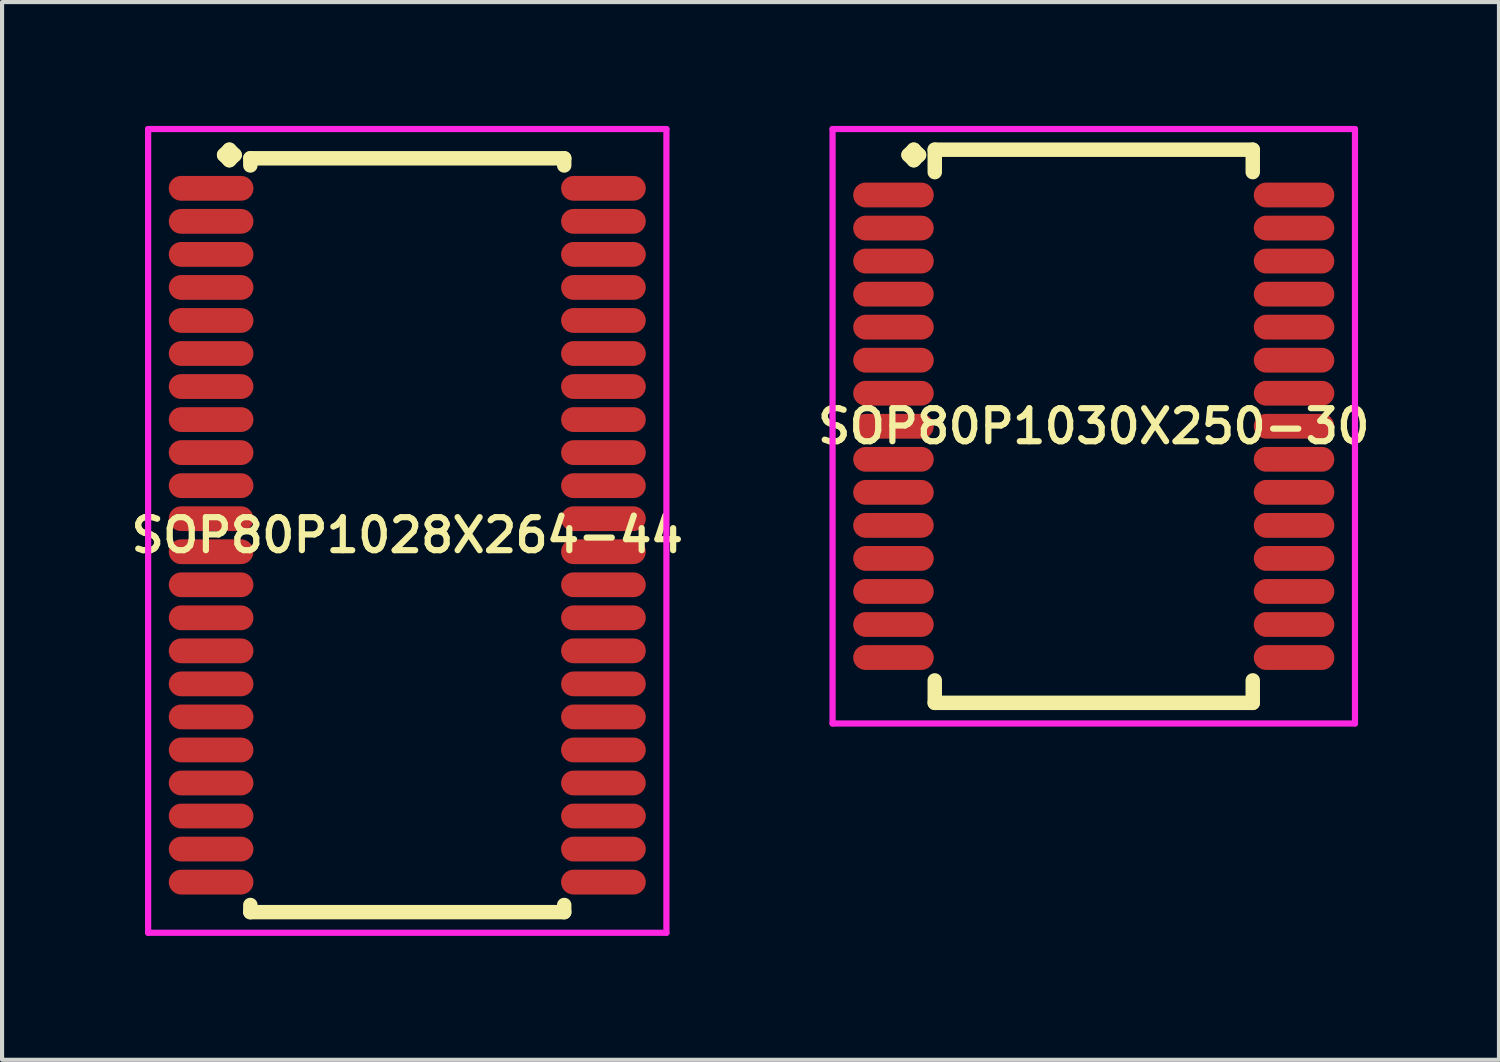
<source format=kicad_pcb>
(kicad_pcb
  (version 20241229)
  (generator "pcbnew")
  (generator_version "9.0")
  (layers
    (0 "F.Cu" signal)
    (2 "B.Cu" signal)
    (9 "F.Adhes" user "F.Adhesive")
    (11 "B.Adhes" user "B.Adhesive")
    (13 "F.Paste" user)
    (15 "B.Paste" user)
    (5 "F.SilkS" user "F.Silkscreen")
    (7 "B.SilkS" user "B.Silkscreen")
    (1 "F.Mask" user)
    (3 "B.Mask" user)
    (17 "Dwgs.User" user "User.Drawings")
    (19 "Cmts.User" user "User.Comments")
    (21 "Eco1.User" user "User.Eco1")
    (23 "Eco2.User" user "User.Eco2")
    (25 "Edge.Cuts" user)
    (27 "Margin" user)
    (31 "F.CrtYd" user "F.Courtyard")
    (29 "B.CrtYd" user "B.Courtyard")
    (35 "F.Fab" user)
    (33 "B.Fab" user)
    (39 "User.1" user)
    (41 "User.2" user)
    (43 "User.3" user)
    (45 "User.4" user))
  (footprint "SOP80P1028X264-44"
    (layer "F.Cu")
    (at 6.812 9.91)
    (property "Reference" "SOP80P1028X264-44" (at 0 0 0) (layer "F.SilkS") (effects (font (size 0.8 0.8) (thickness 0.15))))
    (attr smd)
    (fp_line (start -4.435 -9.208) (end -4.308 -9.335) (stroke (width 0.35) (type solid)) (layer "F.SilkS"))
    (fp_line (start -4.308 -9.335) (end -4.181 -9.208) (stroke (width 0.35) (type solid)) (layer "F.SilkS"))
    (fp_line (start -4.308 -9.081) (end -4.435 -9.208) (stroke (width 0.35) (type solid)) (layer "F.SilkS"))
    (fp_line (start -4.181 -9.208) (end -4.308 -9.081) (stroke (width 0.35) (type solid)) (layer "F.SilkS"))
    (fp_line (start -3.8 -9.127) (end 3.8 -9.127) (stroke (width 0.35) (type solid)) (layer "F.SilkS"))
    (fp_line (start -3.8 -8.954) (end -3.8 -9.127) (stroke (width 0.35) (type solid)) (layer "F.SilkS"))
    (fp_line (start -3.8 8.954) (end -3.8 9.127) (stroke (width 0.35) (type solid)) (layer "F.SilkS"))
    (fp_line (start -3.8 9.127) (end 3.8 9.127) (stroke (width 0.35) (type solid)) (layer "F.SilkS"))
    (fp_line (start 3.8 -9.127) (end 3.8 -8.954) (stroke (width 0.35) (type solid)) (layer "F.SilkS"))
    (fp_line (start 3.8 9.127) (end 3.8 8.954) (stroke (width 0.35) (type solid)) (layer "F.SilkS"))
    (fp_line (start -6.275 -9.835) (end 6.275 -9.835) (stroke (width 0.15) (type solid)) (layer "F.CrtYd"))
    (fp_line (start -6.275 9.627) (end -6.275 -9.835) (stroke (width 0.15) (type solid)) (layer "F.CrtYd"))
    (fp_line (start 6.275 -9.835) (end 6.275 9.627) (stroke (width 0.15) (type solid)) (layer "F.CrtYd"))
    (fp_line (start 6.275 9.627) (end -6.275 9.627) (stroke (width 0.15) (type solid)) (layer "F.CrtYd"))
    (pad "1" smd oval (at -4.75 -8.4) (size 2.05 0.6) (layers "F.Cu" "F.Mask" "F.Paste"))
    (pad "2" smd oval (at -4.75 -7.6) (size 2.05 0.6) (layers "F.Cu" "F.Mask" "F.Paste"))
    (pad "3" smd oval (at -4.75 -6.8) (size 2.05 0.6) (layers "F.Cu" "F.Mask" "F.Paste"))
    (pad "4" smd oval (at -4.75 -6) (size 2.05 0.6) (layers "F.Cu" "F.Mask" "F.Paste"))
    (pad "5" smd oval (at -4.75 -5.2) (size 2.05 0.6) (layers "F.Cu" "F.Mask" "F.Paste"))
    (pad "6" smd oval (at -4.75 -4.4) (size 2.05 0.6) (layers "F.Cu" "F.Mask" "F.Paste"))
    (pad "7" smd oval (at -4.75 -3.6) (size 2.05 0.6) (layers "F.Cu" "F.Mask" "F.Paste"))
    (pad "8" smd oval (at -4.75 -2.8) (size 2.05 0.6) (layers "F.Cu" "F.Mask" "F.Paste"))
    (pad "9" smd oval (at -4.75 -2) (size 2.05 0.6) (layers "F.Cu" "F.Mask" "F.Paste"))
    (pad "10" smd oval (at -4.75 -1.2) (size 2.05 0.6) (layers "F.Cu" "F.Mask" "F.Paste"))
    (pad "11" smd oval (at -4.75 -0.4) (size 2.05 0.6) (layers "F.Cu" "F.Mask" "F.Paste"))
    (pad "12" smd oval (at -4.75 0.4) (size 2.05 0.6) (layers "F.Cu" "F.Mask" "F.Paste"))
    (pad "13" smd oval (at -4.75 1.2) (size 2.05 0.6) (layers "F.Cu" "F.Mask" "F.Paste"))
    (pad "14" smd oval (at -4.75 2) (size 2.05 0.6) (layers "F.Cu" "F.Mask" "F.Paste"))
    (pad "15" smd oval (at -4.75 2.8) (size 2.05 0.6) (layers "F.Cu" "F.Mask" "F.Paste"))
    (pad "16" smd oval (at -4.75 3.6) (size 2.05 0.6) (layers "F.Cu" "F.Mask" "F.Paste"))
    (pad "17" smd oval (at -4.75 4.4) (size 2.05 0.6) (layers "F.Cu" "F.Mask" "F.Paste"))
    (pad "18" smd oval (at -4.75 5.2) (size 2.05 0.6) (layers "F.Cu" "F.Mask" "F.Paste"))
    (pad "19" smd oval (at -4.75 6) (size 2.05 0.6) (layers "F.Cu" "F.Mask" "F.Paste"))
    (pad "20" smd oval (at -4.75 6.8) (size 2.05 0.6) (layers "F.Cu" "F.Mask" "F.Paste"))
    (pad "21" smd oval (at -4.75 7.6) (size 2.05 0.6) (layers "F.Cu" "F.Mask" "F.Paste"))
    (pad "22" smd oval (at -4.75 8.4) (size 2.05 0.6) (layers "F.Cu" "F.Mask" "F.Paste"))
    (pad "23" smd oval (at 4.75 8.4) (size 2.05 0.6) (layers "F.Cu" "F.Mask" "F.Paste"))
    (pad "24" smd oval (at 4.75 7.6) (size 2.05 0.6) (layers "F.Cu" "F.Mask" "F.Paste"))
    (pad "25" smd oval (at 4.75 6.8) (size 2.05 0.6) (layers "F.Cu" "F.Mask" "F.Paste"))
    (pad "26" smd oval (at 4.75 6) (size 2.05 0.6) (layers "F.Cu" "F.Mask" "F.Paste"))
    (pad "27" smd oval (at 4.75 5.2) (size 2.05 0.6) (layers "F.Cu" "F.Mask" "F.Paste"))
    (pad "28" smd oval (at 4.75 4.4) (size 2.05 0.6) (layers "F.Cu" "F.Mask" "F.Paste"))
    (pad "29" smd oval (at 4.75 3.6) (size 2.05 0.6) (layers "F.Cu" "F.Mask" "F.Paste"))
    (pad "30" smd oval (at 4.75 2.8) (size 2.05 0.6) (layers "F.Cu" "F.Mask" "F.Paste"))
    (pad "31" smd oval (at 4.75 2) (size 2.05 0.6) (layers "F.Cu" "F.Mask" "F.Paste"))
    (pad "32" smd oval (at 4.75 1.2) (size 2.05 0.6) (layers "F.Cu" "F.Mask" "F.Paste"))
    (pad "33" smd oval (at 4.75 0.4) (size 2.05 0.6) (layers "F.Cu" "F.Mask" "F.Paste"))
    (pad "34" smd oval (at 4.75 -0.4) (size 2.05 0.6) (layers "F.Cu" "F.Mask" "F.Paste"))
    (pad "35" smd oval (at 4.75 -1.2) (size 2.05 0.6) (layers "F.Cu" "F.Mask" "F.Paste"))
    (pad "36" smd oval (at 4.75 -2) (size 2.05 0.6) (layers "F.Cu" "F.Mask" "F.Paste"))
    (pad "37" smd oval (at 4.75 -2.8) (size 2.05 0.6) (layers "F.Cu" "F.Mask" "F.Paste"))
    (pad "38" smd oval (at 4.75 -3.6) (size 2.05 0.6) (layers "F.Cu" "F.Mask" "F.Paste"))
    (pad "39" smd oval (at 4.75 -4.4) (size 2.05 0.6) (layers "F.Cu" "F.Mask" "F.Paste"))
    (pad "40" smd oval (at 4.75 -5.2) (size 2.05 0.6) (layers "F.Cu" "F.Mask" "F.Paste"))
    (pad "41" smd oval (at 4.75 -6) (size 2.05 0.6) (layers "F.Cu" "F.Mask" "F.Paste"))
    (pad "42" smd oval (at 4.75 -6.8) (size 2.05 0.6) (layers "F.Cu" "F.Mask" "F.Paste"))
    (pad "43" smd oval (at 4.75 -7.6) (size 2.05 0.6) (layers "F.Cu" "F.Mask" "F.Paste"))
    (pad "44" smd oval (at 4.75 -8.4) (size 2.05 0.6) (layers "F.Cu" "F.Mask" "F.Paste")))
  (footprint "SOP80P1030X250-30"
    (layer "F.Cu")
    (at 23.435 7.272)
    (property "Reference" "SOP80P1030X250-30" (at 0 0 0) (layer "F.SilkS") (effects (font (size 0.8 0.8) (thickness 0.15))))
    (attr smd)
    (fp_line (start -4.485 -6.57) (end -4.358 -6.697) (stroke (width 0.35) (type solid)) (layer "F.SilkS"))
    (fp_line (start -4.358 -6.697) (end -4.231 -6.57) (stroke (width 0.35) (type solid)) (layer "F.SilkS"))
    (fp_line (start -4.358 -6.443) (end -4.485 -6.57) (stroke (width 0.35) (type solid)) (layer "F.SilkS"))
    (fp_line (start -4.231 -6.57) (end -4.358 -6.443) (stroke (width 0.35) (type solid)) (layer "F.SilkS"))
    (fp_line (start -3.85 -6.697) (end 3.85 -6.697) (stroke (width 0.35) (type solid)) (layer "F.SilkS"))
    (fp_line (start -3.85 -6.154) (end -3.85 -6.697) (stroke (width 0.35) (type solid)) (layer "F.SilkS"))
    (fp_line (start -3.85 6.154) (end -3.85 6.697) (stroke (width 0.35) (type solid)) (layer "F.SilkS"))
    (fp_line (start -3.85 6.697) (end 3.85 6.697) (stroke (width 0.35) (type solid)) (layer "F.SilkS"))
    (fp_line (start 3.85 -6.697) (end 3.85 -6.154) (stroke (width 0.35) (type solid)) (layer "F.SilkS"))
    (fp_line (start 3.85 6.697) (end 3.85 6.154) (stroke (width 0.35) (type solid)) (layer "F.SilkS"))
    (fp_line (start -6.325 -7.197) (end 6.325 -7.197) (stroke (width 0.15) (type solid)) (layer "F.CrtYd"))
    (fp_line (start -6.325 7.197) (end -6.325 -7.197) (stroke (width 0.15) (type solid)) (layer "F.CrtYd"))
    (fp_line (start 6.325 -7.197) (end 6.325 7.197) (stroke (width 0.15) (type solid)) (layer "F.CrtYd"))
    (fp_line (start 6.325 7.197) (end -6.325 7.197) (stroke (width 0.15) (type solid)) (layer "F.CrtYd"))
    (pad "1" smd oval (at -4.85 -5.6) (size 1.95 0.6) (layers "F.Cu" "F.Mask" "F.Paste"))
    (pad "2" smd oval (at -4.85 -4.8) (size 1.95 0.6) (layers "F.Cu" "F.Mask" "F.Paste"))
    (pad "3" smd oval (at -4.85 -4) (size 1.95 0.6) (layers "F.Cu" "F.Mask" "F.Paste"))
    (pad "4" smd oval (at -4.85 -3.2) (size 1.95 0.6) (layers "F.Cu" "F.Mask" "F.Paste"))
    (pad "5" smd oval (at -4.85 -2.4) (size 1.95 0.6) (layers "F.Cu" "F.Mask" "F.Paste"))
    (pad "6" smd oval (at -4.85 -1.6) (size 1.95 0.6) (layers "F.Cu" "F.Mask" "F.Paste"))
    (pad "7" smd oval (at -4.85 -0.8) (size 1.95 0.6) (layers "F.Cu" "F.Mask" "F.Paste"))
    (pad "8" smd oval (at -4.85 0) (size 1.95 0.6) (layers "F.Cu" "F.Mask" "F.Paste"))
    (pad "9" smd oval (at -4.85 0.8) (size 1.95 0.6) (layers "F.Cu" "F.Mask" "F.Paste"))
    (pad "10" smd oval (at -4.85 1.6) (size 1.95 0.6) (layers "F.Cu" "F.Mask" "F.Paste"))
    (pad "11" smd oval (at -4.85 2.4) (size 1.95 0.6) (layers "F.Cu" "F.Mask" "F.Paste"))
    (pad "12" smd oval (at -4.85 3.2) (size 1.95 0.6) (layers "F.Cu" "F.Mask" "F.Paste"))
    (pad "13" smd oval (at -4.85 4) (size 1.95 0.6) (layers "F.Cu" "F.Mask" "F.Paste"))
    (pad "14" smd oval (at -4.85 4.8) (size 1.95 0.6) (layers "F.Cu" "F.Mask" "F.Paste"))
    (pad "15" smd oval (at -4.85 5.6) (size 1.95 0.6) (layers "F.Cu" "F.Mask" "F.Paste"))
    (pad "16" smd oval (at 4.85 5.6) (size 1.95 0.6) (layers "F.Cu" "F.Mask" "F.Paste"))
    (pad "17" smd oval (at 4.85 4.8) (size 1.95 0.6) (layers "F.Cu" "F.Mask" "F.Paste"))
    (pad "18" smd oval (at 4.85 4) (size 1.95 0.6) (layers "F.Cu" "F.Mask" "F.Paste"))
    (pad "19" smd oval (at 4.85 3.2) (size 1.95 0.6) (layers "F.Cu" "F.Mask" "F.Paste"))
    (pad "20" smd oval (at 4.85 2.4) (size 1.95 0.6) (layers "F.Cu" "F.Mask" "F.Paste"))
    (pad "21" smd oval (at 4.85 1.6) (size 1.95 0.6) (layers "F.Cu" "F.Mask" "F.Paste"))
    (pad "22" smd oval (at 4.85 0.8) (size 1.95 0.6) (layers "F.Cu" "F.Mask" "F.Paste"))
    (pad "23" smd oval (at 4.85 0) (size 1.95 0.6) (layers "F.Cu" "F.Mask" "F.Paste"))
    (pad "24" smd oval (at 4.85 -0.8) (size 1.95 0.6) (layers "F.Cu" "F.Mask" "F.Paste"))
    (pad "25" smd oval (at 4.85 -1.6) (size 1.95 0.6) (layers "F.Cu" "F.Mask" "F.Paste"))
    (pad "26" smd oval (at 4.85 -2.4) (size 1.95 0.6) (layers "F.Cu" "F.Mask" "F.Paste"))
    (pad "27" smd oval (at 4.85 -3.2) (size 1.95 0.6) (layers "F.Cu" "F.Mask" "F.Paste"))
    (pad "28" smd oval (at 4.85 -4) (size 1.95 0.6) (layers "F.Cu" "F.Mask" "F.Paste"))
    (pad "29" smd oval (at 4.85 -4.8) (size 1.95 0.6) (layers "F.Cu" "F.Mask" "F.Paste"))
    (pad "30" smd oval (at 4.85 -5.6) (size 1.95 0.6) (layers "F.Cu" "F.Mask" "F.Paste")))
  (gr_rect
    (start -3 -3)
    (end 33.247 22.612)
    (stroke (width 0.1) (type default))
    (fill no)
    (layer "Edge.Cuts")))
</source>
